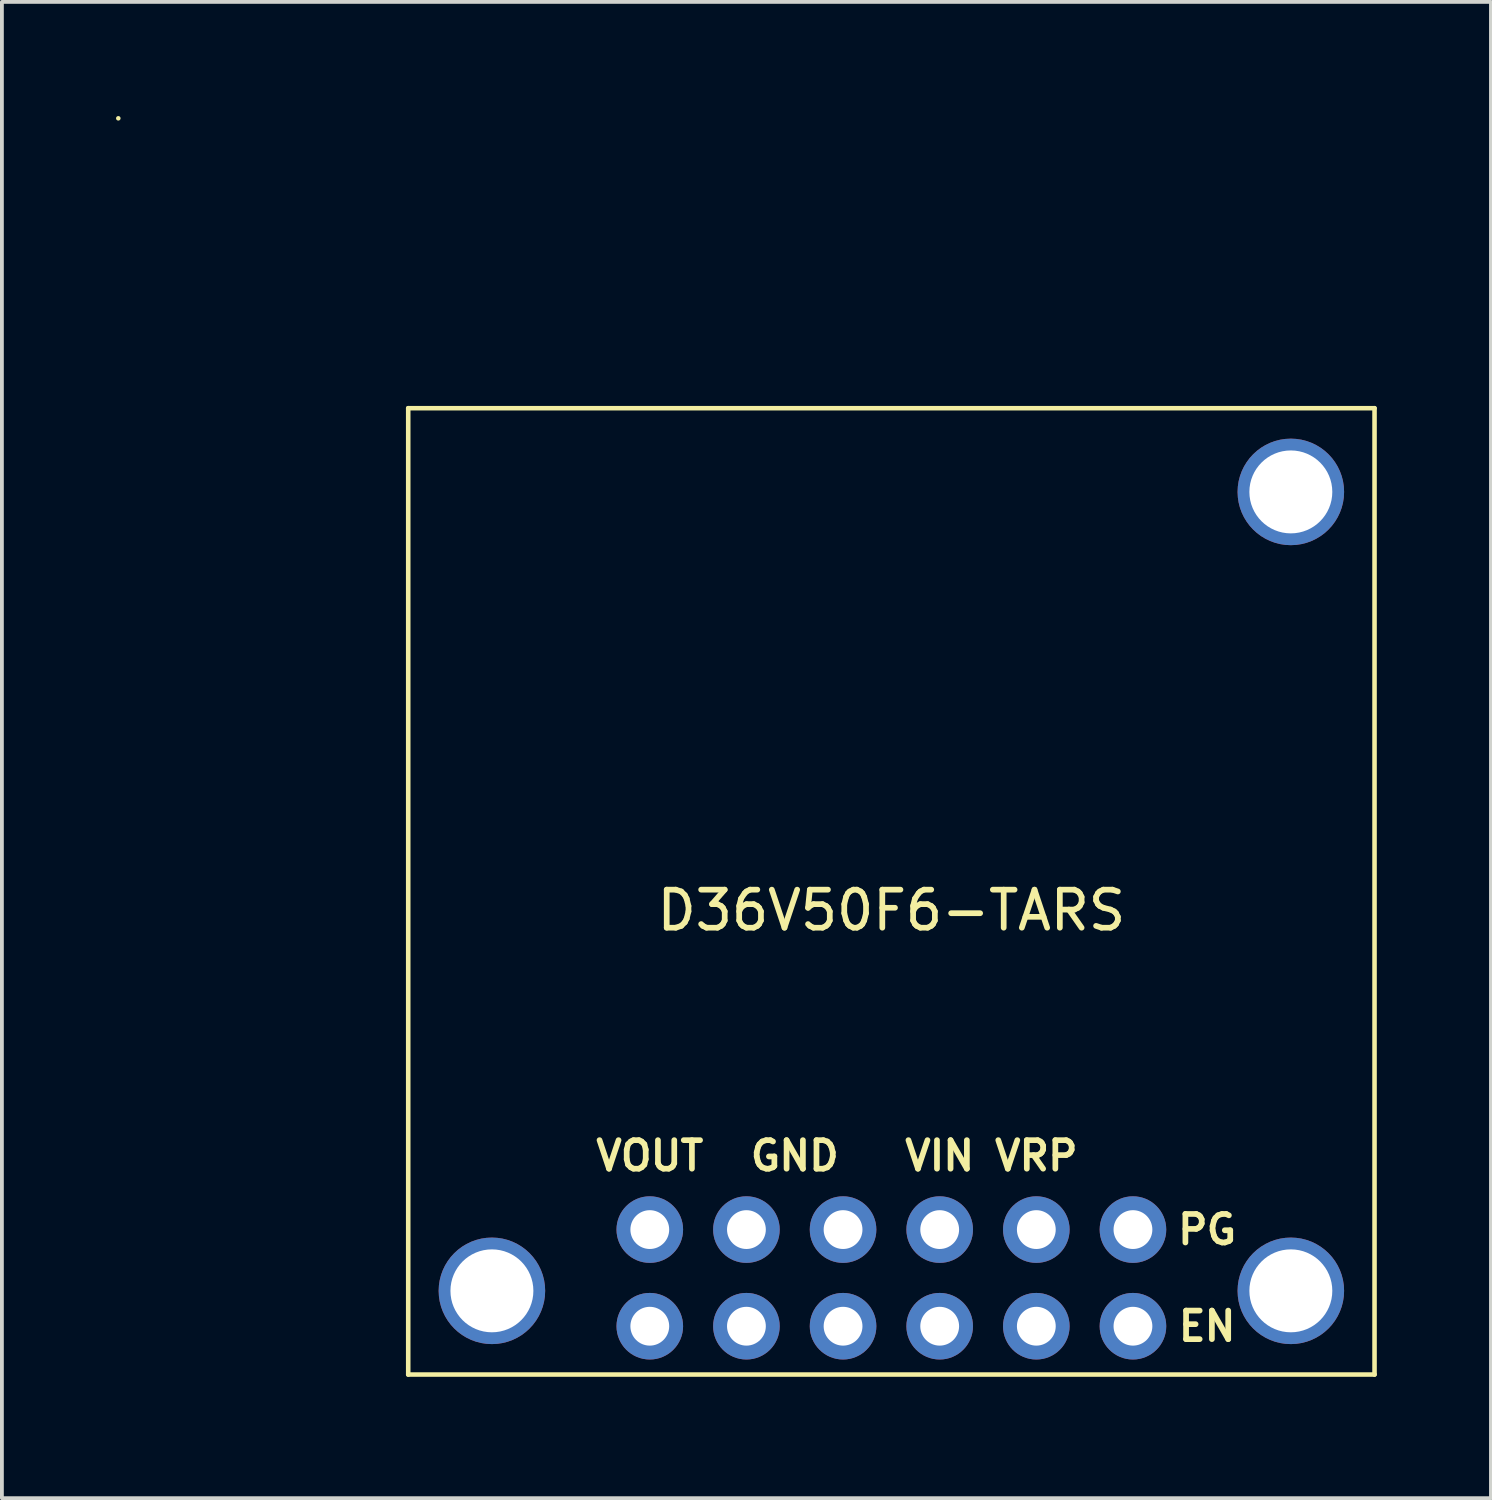
<source format=kicad_pcb>
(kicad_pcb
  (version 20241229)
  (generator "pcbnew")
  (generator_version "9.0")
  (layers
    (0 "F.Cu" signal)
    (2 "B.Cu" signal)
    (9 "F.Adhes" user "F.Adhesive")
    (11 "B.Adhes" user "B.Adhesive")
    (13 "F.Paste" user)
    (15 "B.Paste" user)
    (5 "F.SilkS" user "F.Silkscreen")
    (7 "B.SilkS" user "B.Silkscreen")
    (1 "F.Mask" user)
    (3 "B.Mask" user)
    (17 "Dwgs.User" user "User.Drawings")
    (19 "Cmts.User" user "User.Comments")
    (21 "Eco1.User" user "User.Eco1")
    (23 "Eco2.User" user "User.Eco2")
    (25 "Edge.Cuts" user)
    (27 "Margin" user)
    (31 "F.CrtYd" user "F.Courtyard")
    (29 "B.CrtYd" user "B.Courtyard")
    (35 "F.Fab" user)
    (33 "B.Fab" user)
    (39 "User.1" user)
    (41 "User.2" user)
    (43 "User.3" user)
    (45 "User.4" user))
  (footprint "D36V50F6-TARS"
    (layer "F.Cu")
    (at 7.68 33.08)
    (property "Reference" "D36V50F6-TARS" (at 12.7 -12.2 0) (layer "F.SilkS") (effects (font (size 1 1) (thickness 0.15))))
    (attr through_hole)
    (fp_line (start -7.62 -33.02) (end -7.62 -33.02) (stroke (width 0.12) (type solid)) (layer "F.SilkS"))
    (fp_line (start 0 -25.4) (end 25.4 -25.4) (stroke (width 0.12) (type solid)) (layer "F.SilkS"))
    (fp_line (start 0 0) (end 0 -25.4) (stroke (width 0.12) (type solid)) (layer "F.SilkS"))
    (fp_line (start 25.4 -25.4) (end 25.4 0) (stroke (width 0.12) (type solid)) (layer "F.SilkS"))
    (fp_line (start 25.4 0) (end 0 0) (stroke (width 0.12) (type solid)) (layer "F.SilkS"))
    (fp_text user "EN" (at 21 -1.27 0) (layer "F.SilkS") (effects (font (size 0.75 0.75) (thickness 0.15))))
    (fp_text user "VIN" (at 13.97 -5.75 0) (layer "F.SilkS") (effects (font (size 0.75 0.75) (thickness 0.15))))
    (fp_text user "VOUT" (at 6.35 -5.75 0) (layer "F.SilkS") (effects (font (size 0.75 0.75) (thickness 0.15))))
    (fp_text user "GND" (at 10.16 -5.75 0) (layer "F.SilkS") (effects (font (size 0.75 0.75) (thickness 0.15))))
    (fp_text user "PG" (at 21 -3.81 0) (layer "F.SilkS") (effects (font (size 0.75 0.75) (thickness 0.15))))
    (fp_text user "VRP" (at 16.51 -5.75 0) (layer "F.SilkS") (effects (font (size 0.75 0.75) (thickness 0.15))))
    (pad "" np_thru_hole circle (at 2.2 -2.2) (size 2.8 2.8) (drill 2.18) (layers "*.Cu" "*.Mask"))
    (pad "" np_thru_hole circle (at 23.2 -23.2) (size 2.8 2.8) (drill 2.18) (layers "*.Cu" "*.Mask"))
    (pad "" np_thru_hole circle (at 23.2 -2.2) (size 2.8 2.8) (drill 2.18) (layers "*.Cu" "*.Mask"))
    (pad "1" thru_hole circle (at 19.05 -3.81) (size 1.75 1.75) (drill 1.02) (layers "*.Cu" "*.Mask"))
    (pad "2" thru_hole circle (at 16.51 -3.81) (size 1.75 1.75) (drill 1.02) (layers "*.Cu" "*.Mask"))
    (pad "3" thru_hole circle (at 13.97 -3.81) (size 1.75 1.75) (drill 1.02) (layers "*.Cu" "*.Mask"))
    (pad "4" thru_hole circle (at 11.43 -3.81) (size 1.75 1.75) (drill 1.02) (layers "*.Cu" "*.Mask"))
    (pad "5" thru_hole circle (at 8.89 -3.81) (size 1.75 1.75) (drill 1.02) (layers "*.Cu" "*.Mask"))
    (pad "6" thru_hole circle (at 6.35 -3.81) (size 1.75 1.75) (drill 1.02) (layers "*.Cu" "*.Mask"))
    (pad "7" thru_hole circle (at 19.05 -1.27) (size 1.75 1.75) (drill 1.02) (layers "*.Cu" "*.Mask"))
    (pad "8" thru_hole circle (at 16.51 -1.27) (size 1.75 1.75) (drill 1.02) (layers "*.Cu" "*.Mask"))
    (pad "9" thru_hole circle (at 13.97 -1.27) (size 1.75 1.75) (drill 1.02) (layers "*.Cu" "*.Mask"))
    (pad "10" thru_hole circle (at 11.43 -1.27) (size 1.75 1.75) (drill 1.02) (layers "*.Cu" "*.Mask"))
    (pad "11" thru_hole circle (at 8.89 -1.27) (size 1.75 1.75) (drill 1.02) (layers "*.Cu" "*.Mask"))
    (pad "12" thru_hole circle (at 6.35 -1.27) (size 1.75 1.75) (drill 1.02) (layers "*.Cu" "*.Mask")))
  (gr_rect
    (start -3 -3)
    (end 36.14 36.33)
    (stroke (width 0.1) (type default))
    (fill no)
    (layer "Edge.Cuts")))
</source>
